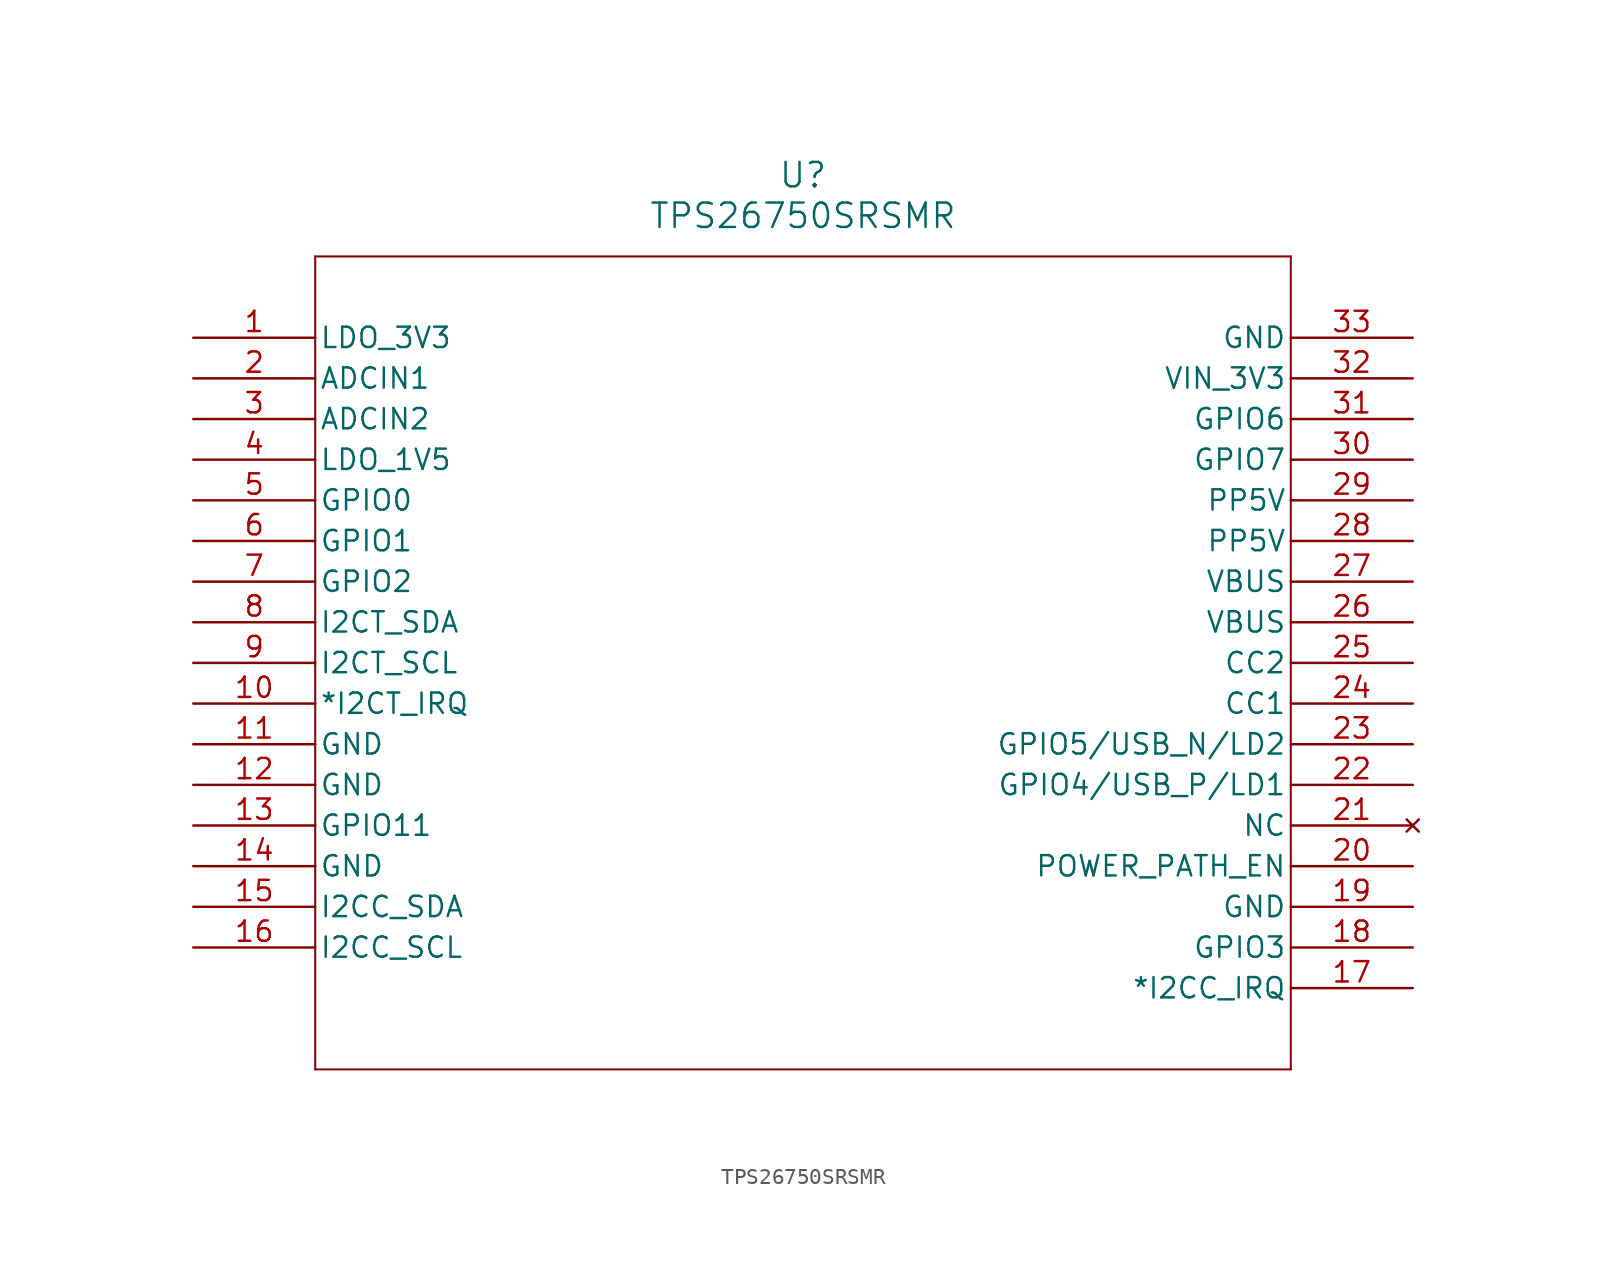
<source format=kicad_sym>
(kicad_symbol_lib
  (version 20211014)
  (generator kicad_symbol_editor)
  (symbol "TPS26750SRSMR"
    (pin_names
      (offset 0.254))
    (property "Reference" "U"
      (at 38.1 10.16 0)
      (effects (font (size 1.524 1.524))))
    (property "Value" "TPS26750SRSMR"
      (at 38.1 7.62 0)
      (effects (font (size 1.524 1.524))))
    (symbol "TPS26750SRSMR_0_1"
      (polyline (pts (xy 7.62 5.08) (xy 7.62 -45.72)) (stroke (width 0.127) (type default) (color 0 0 0 0)) (fill (type none)))
      (polyline (pts (xy 7.62 -45.72) (xy 68.58 -45.72)) (stroke (width 0.127) (type default) (color 0 0 0 0)) (fill (type none)))
      (polyline (pts (xy 68.58 -45.72) (xy 68.58 5.08)) (stroke (width 0.127) (type default) (color 0 0 0 0)) (fill (type none)))
      (polyline (pts (xy 68.58 5.08) (xy 7.62 5.08)) (stroke (width 0.127) (type default) (color 0 0 0 0)) (fill (type none)))
      (pin output line (at 0 0 0) (length 7.62) (name "LDO_3V3" (effects (font (size 1.27 1.27)))) (number "1" (effects (font (size 1.27 1.27)))))
      (pin input line (at 0 -2.54 0) (length 7.62) (name "ADCIN1" (effects (font (size 1.27 1.27)))) (number "2" (effects (font (size 1.27 1.27)))))
      (pin input line (at 0 -5.08 0) (length 7.62) (name "ADCIN2" (effects (font (size 1.27 1.27)))) (number "3" (effects (font (size 1.27 1.27)))))
      (pin output line (at 0 -7.62 0) (length 7.62) (name "LDO_1V5" (effects (font (size 1.27 1.27)))) (number "4" (effects (font (size 1.27 1.27)))))
      (pin bidirectional line (at 0 -10.16 0) (length 7.62) (name "GPIO0" (effects (font (size 1.27 1.27)))) (number "5" (effects (font (size 1.27 1.27)))))
      (pin bidirectional line (at 0 -12.7 0) (length 7.62) (name "GPIO1" (effects (font (size 1.27 1.27)))) (number "6" (effects (font (size 1.27 1.27)))))
      (pin bidirectional line (at 0 -15.24 0) (length 7.62) (name "GPIO2" (effects (font (size 1.27 1.27)))) (number "7" (effects (font (size 1.27 1.27)))))
      (pin bidirectional line (at 0 -17.78 0) (length 7.62) (name "I2CT_SDA" (effects (font (size 1.27 1.27)))) (number "8" (effects (font (size 1.27 1.27)))))
      (pin input line (at 0 -20.32 0) (length 7.62) (name "I2CT_SCL" (effects (font (size 1.27 1.27)))) (number "9" (effects (font (size 1.27 1.27)))))
      (pin output line (at 0 -22.86 0) (length 7.62) (name "*I2CT_IRQ" (effects (font (size 1.27 1.27)))) (number "10" (effects (font (size 1.27 1.27)))))
      (pin power_out line (at 0 -25.4 0) (length 7.62) (name "GND" (effects (font (size 1.27 1.27)))) (number "11" (effects (font (size 1.27 1.27)))))
      (pin power_out line (at 0 -27.94 0) (length 7.62) (name "GND" (effects (font (size 1.27 1.27)))) (number "12" (effects (font (size 1.27 1.27)))))
      (pin output line (at 0 -30.48 0) (length 7.62) (name "GPIO11" (effects (font (size 1.27 1.27)))) (number "13" (effects (font (size 1.27 1.27)))))
      (pin power_out line (at 0 -33.02 0) (length 7.62) (name "GND" (effects (font (size 1.27 1.27)))) (number "14" (effects (font (size 1.27 1.27)))))
      (pin bidirectional line (at 0 -35.56 0) (length 7.62) (name "I2CC_SDA" (effects (font (size 1.27 1.27)))) (number "15" (effects (font (size 1.27 1.27)))))
      (pin output line (at 0 -38.1 0) (length 7.62) (name "I2CC_SCL" (effects (font (size 1.27 1.27)))) (number "16" (effects (font (size 1.27 1.27)))))
      (pin input line (at 76.2 -40.64 180) (length 7.62) (name "*I2CC_IRQ" (effects (font (size 1.27 1.27)))) (number "17" (effects (font (size 1.27 1.27)))))
      (pin bidirectional line (at 76.2 -38.1 180) (length 7.62) (name "GPIO3" (effects (font (size 1.27 1.27)))) (number "18" (effects (font (size 1.27 1.27)))))
      (pin power_out line (at 76.2 -35.56 180) (length 7.62) (name "GND" (effects (font (size 1.27 1.27)))) (number "19" (effects (font (size 1.27 1.27)))))
      (pin output line (at 76.2 -33.02 180) (length 7.62) (name "POWER_PATH_EN" (effects (font (size 1.27 1.27)))) (number "20" (effects (font (size 1.27 1.27)))))
      (pin no_connect line (at 76.2 -30.48 180) (length 7.62) (name "NC" (effects (font (size 1.27 1.27)))) (number "21" (effects (font (size 1.27 1.27)))))
      (pin bidirectional line (at 76.2 -27.94 180) (length 7.62) (name "GPIO4/USB_P/LD1" (effects (font (size 1.27 1.27)))) (number "22" (effects (font (size 1.27 1.27)))))
      (pin bidirectional line (at 76.2 -25.4 180) (length 7.62) (name "GPIO5/USB_N/LD2" (effects (font (size 1.27 1.27)))) (number "23" (effects (font (size 1.27 1.27)))))
      (pin bidirectional line (at 76.2 -22.86 180) (length 7.62) (name "CC1" (effects (font (size 1.27 1.27)))) (number "24" (effects (font (size 1.27 1.27)))))
      (pin bidirectional line (at 76.2 -20.32 180) (length 7.62) (name "CC2" (effects (font (size 1.27 1.27)))) (number "25" (effects (font (size 1.27 1.27)))))
      (pin bidirectional line (at 76.2 -17.78 180) (length 7.62) (name "VBUS" (effects (font (size 1.27 1.27)))) (number "26" (effects (font (size 1.27 1.27)))))
      (pin bidirectional line (at 76.2 -15.24 180) (length 7.62) (name "VBUS" (effects (font (size 1.27 1.27)))) (number "27" (effects (font (size 1.27 1.27)))))
      (pin input line (at 76.2 -12.7 180) (length 7.62) (name "PP5V" (effects (font (size 1.27 1.27)))) (number "28" (effects (font (size 1.27 1.27)))))
      (pin input line (at 76.2 -10.16 180) (length 7.62) (name "PP5V" (effects (font (size 1.27 1.27)))) (number "29" (effects (font (size 1.27 1.27)))))
      (pin bidirectional line (at 76.2 -7.62 180) (length 7.62) (name "GPIO7" (effects (font (size 1.27 1.27)))) (number "30" (effects (font (size 1.27 1.27)))))
      (pin bidirectional line (at 76.2 -5.08 180) (length 7.62) (name "GPIO6" (effects (font (size 1.27 1.27)))) (number "31" (effects (font (size 1.27 1.27)))))
      (pin input line (at 76.2 -2.54 180) (length 7.62) (name "VIN_3V3" (effects (font (size 1.27 1.27)))) (number "32" (effects (font (size 1.27 1.27)))))
      (pin power_out line (at 76.2 0 180) (length 7.62) (name "GND" (effects (font (size 1.27 1.27)))) (number "33" (effects (font (size 1.27 1.27))))))))
</source>
